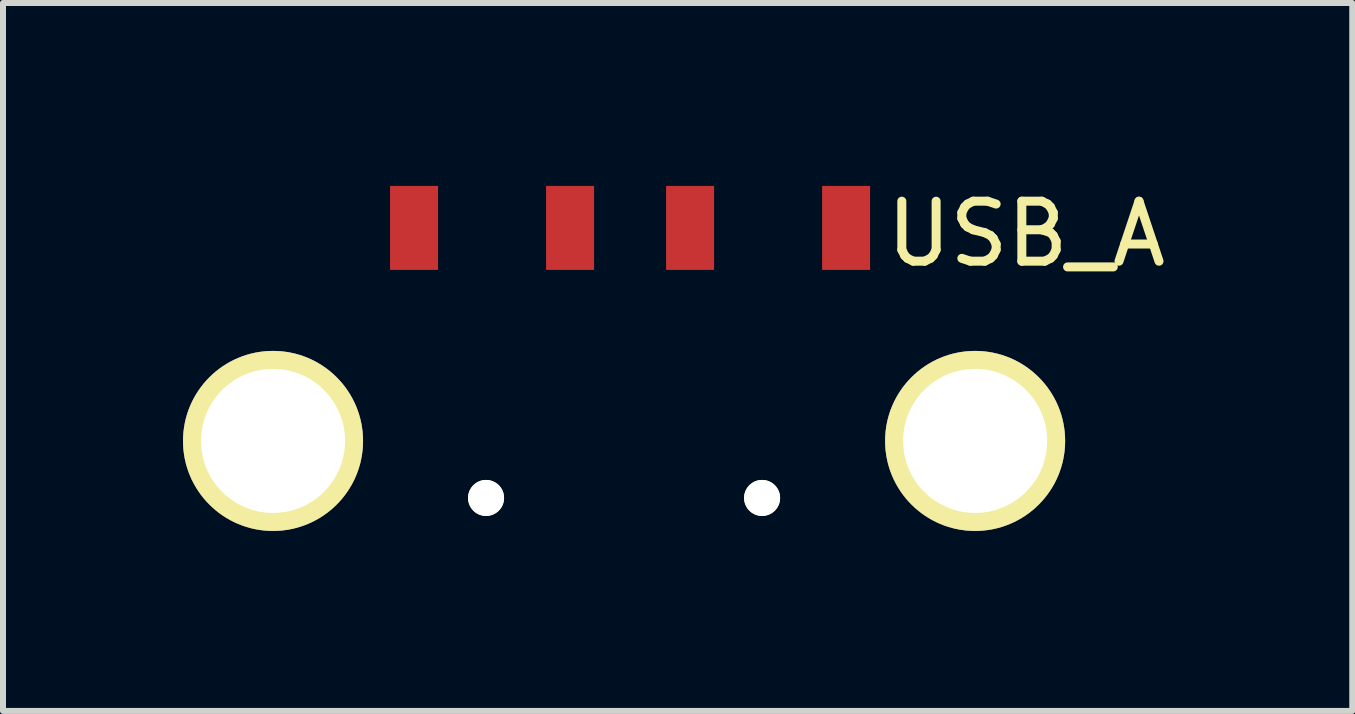
<source format=kicad_pcb>
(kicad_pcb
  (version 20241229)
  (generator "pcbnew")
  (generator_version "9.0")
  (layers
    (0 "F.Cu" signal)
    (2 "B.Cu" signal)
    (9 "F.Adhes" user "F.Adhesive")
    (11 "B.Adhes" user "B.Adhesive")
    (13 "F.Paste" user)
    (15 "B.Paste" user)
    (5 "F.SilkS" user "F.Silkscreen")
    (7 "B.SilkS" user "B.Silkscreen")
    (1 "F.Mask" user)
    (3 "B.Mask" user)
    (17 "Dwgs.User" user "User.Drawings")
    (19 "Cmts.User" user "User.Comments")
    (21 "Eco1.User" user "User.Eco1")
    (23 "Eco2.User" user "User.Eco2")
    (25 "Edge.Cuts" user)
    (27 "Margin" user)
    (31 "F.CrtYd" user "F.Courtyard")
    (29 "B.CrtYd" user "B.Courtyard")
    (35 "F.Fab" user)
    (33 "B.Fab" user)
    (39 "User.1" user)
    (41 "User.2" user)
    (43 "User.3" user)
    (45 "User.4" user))
  (footprint "USB_A"
    (layer "F.Cu")
    (at 7.35 2.848)
    (property "Reference" "USB_A" (at 6.7 -2 0) (layer "F.SilkS") (effects (font (size 1 1) (thickness 0.15))))
    (attr through_hole)
    (pad "" np_thru_hole circle (at -2.3 2.4) (size 0.6 0.6) (drill 0.6) (layers "*.Cu" "*.Mask" "F.SilkS"))
    (pad "" np_thru_hole circle (at 2.3 2.4) (size 0.6 0.6) (drill 0.6) (layers "*.Cu" "*.Mask" "F.SilkS"))
    (pad "1" smd rect (at -3.5 -2.1) (size 0.8 1.4) (layers "F.Cu" "F.Mask" "F.Paste"))
    (pad "2" smd rect (at -0.9 -2.1) (size 0.8 1.4) (layers "F.Cu" "F.Mask" "F.Paste"))
    (pad "3" smd rect (at 1.1 -2.1) (size 0.8 1.4) (layers "F.Cu" "F.Mask" "F.Paste"))
    (pad "4" smd rect (at 3.7 -2.1) (size 0.8 1.4) (layers "F.Cu" "F.Mask" "F.Paste"))
    (pad "5" thru_hole circle (at -5.85 1.45 270) (size 3 3) (drill 2.4) (layers "*.Cu" "*.Mask" "F.SilkS"))
    (pad "5" thru_hole circle (at 5.85 1.45 270) (size 3 3) (drill 2.4) (layers "*.Cu" "*.Mask" "F.SilkS")))
  (gr_rect
    (start -3 -3)
    (end 19.485 8.798)
    (stroke (width 0.1) (type default))
    (fill no)
    (layer "Edge.Cuts")))
</source>
